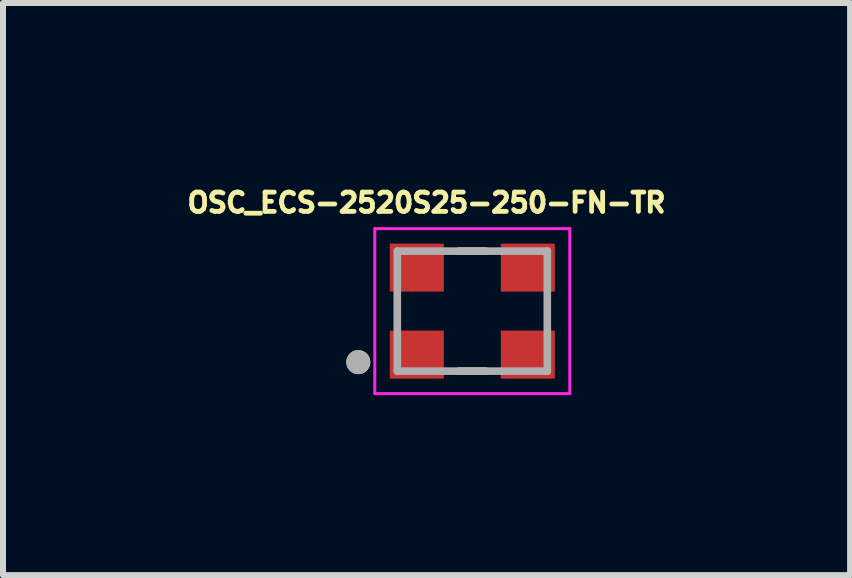
<source format=kicad_pcb>
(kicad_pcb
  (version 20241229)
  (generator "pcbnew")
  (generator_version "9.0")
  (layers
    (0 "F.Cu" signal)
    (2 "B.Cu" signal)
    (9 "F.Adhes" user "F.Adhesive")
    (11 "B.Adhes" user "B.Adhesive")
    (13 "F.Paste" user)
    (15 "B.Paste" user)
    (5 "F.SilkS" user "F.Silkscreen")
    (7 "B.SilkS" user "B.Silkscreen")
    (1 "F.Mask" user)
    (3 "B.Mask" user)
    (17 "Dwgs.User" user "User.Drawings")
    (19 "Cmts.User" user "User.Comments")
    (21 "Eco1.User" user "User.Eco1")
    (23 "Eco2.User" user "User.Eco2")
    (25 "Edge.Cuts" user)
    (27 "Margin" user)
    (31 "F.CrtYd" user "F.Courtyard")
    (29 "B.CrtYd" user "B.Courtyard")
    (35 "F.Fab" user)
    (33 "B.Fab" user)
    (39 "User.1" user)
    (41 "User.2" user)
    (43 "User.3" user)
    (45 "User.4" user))
  (footprint "OSC_ECS-2520S25-250-FN-TR"
    (layer "F.Cu")
    (at 4.821 2.135)
    (property "Reference" "OSC_ECS-2520S25-250-FN-TR" (at -0.763 -1.807 0) (layer "F.SilkS") (effects (font (size 0.321 0.321) (thickness 0.15))))
    (attr smd)
    (fp_line (start -0.221 -1) (end 0.221 -1) (stroke (width 0.127) (type solid)) (layer "F.SilkS"))
    (fp_line (start -0.221 1) (end 0.221 1) (stroke (width 0.127) (type solid)) (layer "F.SilkS"))
    (fp_circle (center -1.9 0.85) (end -1.8 0.85) (stroke (width 0.2) (type solid)) (fill no) (layer "F.SilkS"))
    (fp_line (start -1.625 -1.375) (end 1.625 -1.375) (stroke (width 0.05) (type solid)) (layer "F.CrtYd"))
    (fp_line (start -1.625 1.375) (end -1.625 -1.375) (stroke (width 0.05) (type solid)) (layer "F.CrtYd"))
    (fp_line (start 1.625 -1.375) (end 1.625 1.375) (stroke (width 0.05) (type solid)) (layer "F.CrtYd"))
    (fp_line (start 1.625 1.375) (end -1.625 1.375) (stroke (width 0.05) (type solid)) (layer "F.CrtYd"))
    (fp_line (start -1.25 -1) (end 1.25 -1) (stroke (width 0.127) (type solid)) (layer "F.Fab"))
    (fp_line (start -1.25 1) (end -1.25 -1) (stroke (width 0.127) (type solid)) (layer "F.Fab"))
    (fp_line (start 1.25 -1) (end 1.25 1) (stroke (width 0.127) (type solid)) (layer "F.Fab"))
    (fp_line (start 1.25 1) (end -1.25 1) (stroke (width 0.127) (type solid)) (layer "F.Fab"))
    (fp_circle (center -1.9 0.85) (end -1.8 0.85) (stroke (width 0.2) (type solid)) (fill no) (layer "F.Fab"))
    (pad "1" smd rect (at -0.925 0.725) (size 0.9 0.8) (layers "F.Cu" "F.Mask" "F.Paste"))
    (pad "2" smd rect (at 0.925 0.725) (size 0.9 0.8) (layers "F.Cu" "F.Mask" "F.Paste"))
    (pad "3" smd rect (at 0.925 -0.725) (size 0.9 0.8) (layers "F.Cu" "F.Mask" "F.Paste"))
    (pad "4" smd rect (at -0.925 -0.725) (size 0.9 0.8) (layers "F.Cu" "F.Mask" "F.Paste")))
  (gr_rect
    (start -3 -3)
    (end 11.117 6.535)
    (stroke (width 0.1) (type default))
    (fill no)
    (layer "Edge.Cuts")))
</source>
